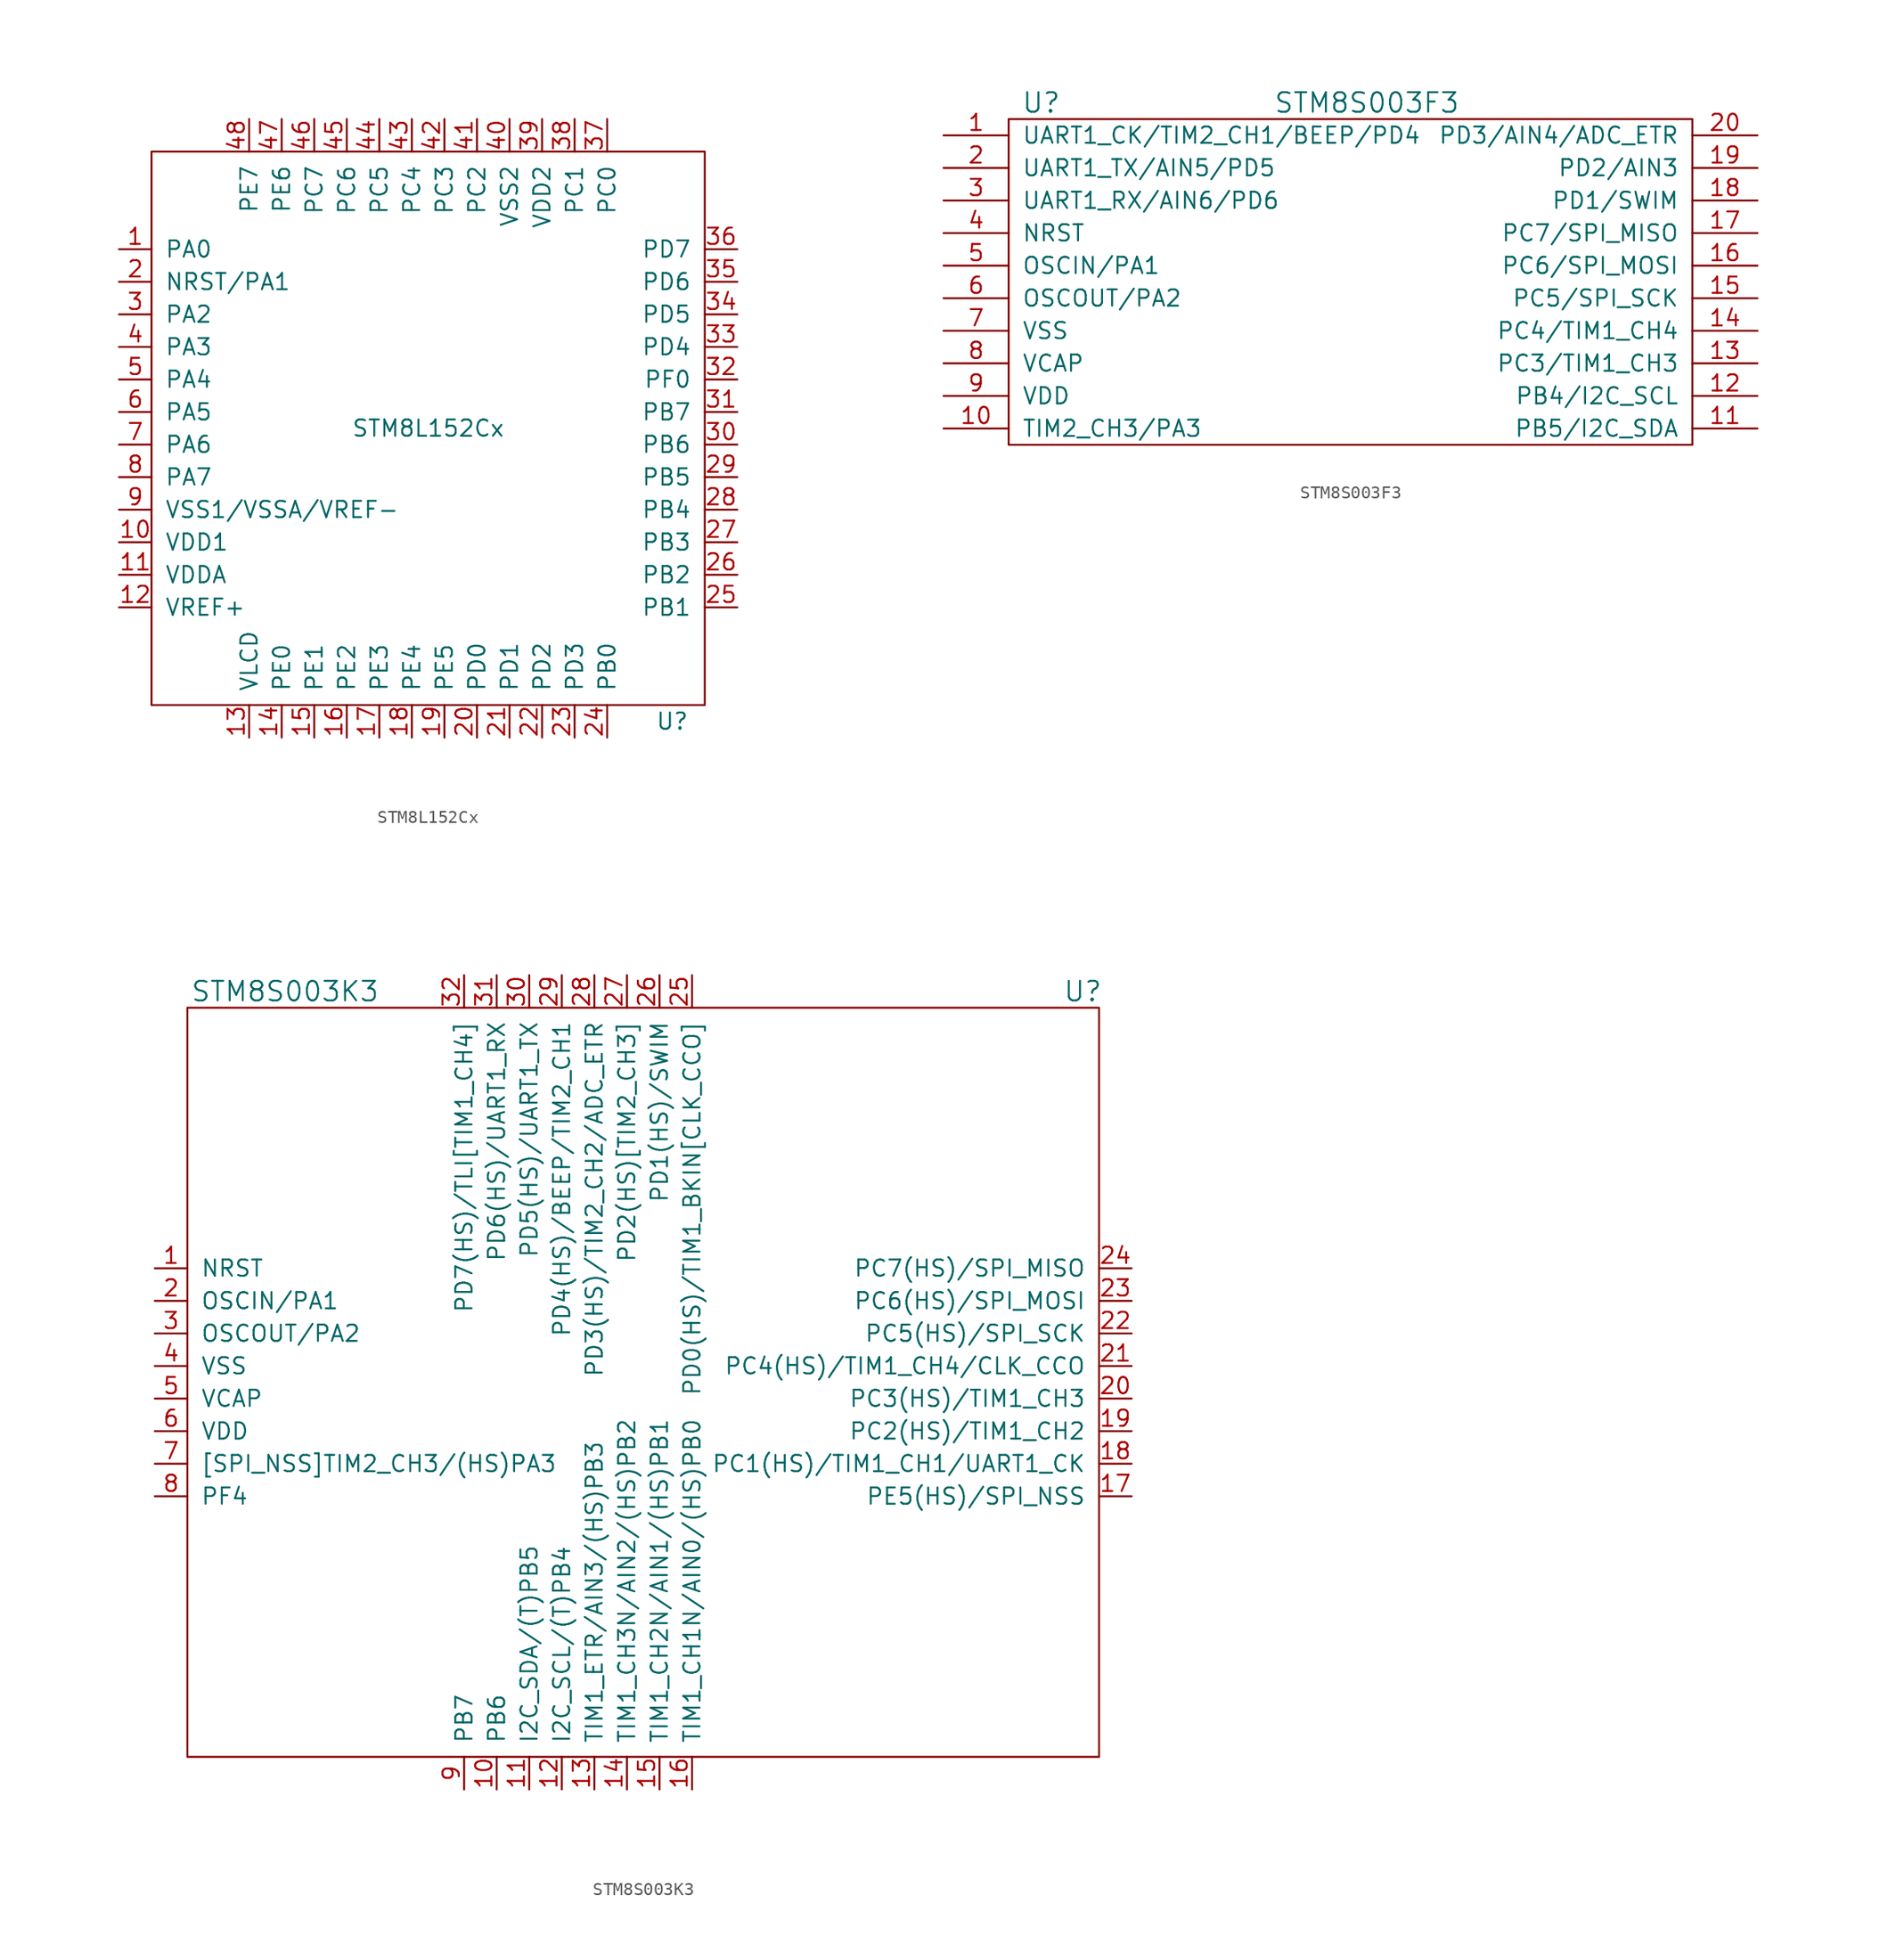
<source format=kicad_sym>
(kicad_symbol_lib
  (version 20220914)
  (generator kicad_symbol_editor)
  (symbol "STM8L152Cx"
    (pin_names
      (offset 1.016))
    (property "Reference" "U"
      (at 40.64 -39.37 0)
      (effects (font (size 1.27 1.27))))
    (property "Value" "STM8L152Cx"
      (at 21.59 -16.51 0)
      (effects (font (size 1.27 1.27))))
    (symbol "STM8L152Cx_0_1"
      (rectangle (start 0 5.08) (end 43.18 -38.1) (stroke (width 0) (type default)) (fill (type none))))
    (symbol "STM8L152Cx_1_1"
      (pin bidirectional line (at -2.54 -2.54 0) (length 2.54) (name "PA0" (effects (font (size 1.27 1.27)))) (number "1" (effects (font (size 1.27 1.27)))))
      (pin bidirectional line (at -2.54 -25.4 0) (length 2.54) (name "VDD1" (effects (font (size 1.27 1.27)))) (number "10" (effects (font (size 1.27 1.27)))))
      (pin bidirectional line (at -2.54 -27.94 0) (length 2.54) (name "VDDA" (effects (font (size 1.27 1.27)))) (number "11" (effects (font (size 1.27 1.27)))))
      (pin bidirectional line (at -2.54 -30.48 0) (length 2.54) (name "VREF+" (effects (font (size 1.27 1.27)))) (number "12" (effects (font (size 1.27 1.27)))))
      (pin bidirectional line (at 7.62 -40.64 90) (length 2.54) (name "VLCD" (effects (font (size 1.27 1.27)))) (number "13" (effects (font (size 1.27 1.27)))))
      (pin bidirectional line (at 10.16 -40.64 90) (length 2.54) (name "PE0" (effects (font (size 1.27 1.27)))) (number "14" (effects (font (size 1.27 1.27)))))
      (pin bidirectional line (at 12.7 -40.64 90) (length 2.54) (name "PE1" (effects (font (size 1.27 1.27)))) (number "15" (effects (font (size 1.27 1.27)))))
      (pin bidirectional line (at 15.24 -40.64 90) (length 2.54) (name "PE2" (effects (font (size 1.27 1.27)))) (number "16" (effects (font (size 1.27 1.27)))))
      (pin bidirectional line (at 17.78 -40.64 90) (length 2.54) (name "PE3" (effects (font (size 1.27 1.27)))) (number "17" (effects (font (size 1.27 1.27)))))
      (pin bidirectional line (at 20.32 -40.64 90) (length 2.54) (name "PE4" (effects (font (size 1.27 1.27)))) (number "18" (effects (font (size 1.27 1.27)))))
      (pin bidirectional line (at 22.86 -40.64 90) (length 2.54) (name "PE5" (effects (font (size 1.27 1.27)))) (number "19" (effects (font (size 1.27 1.27)))))
      (pin bidirectional line (at -2.54 -5.08 0) (length 2.54) (name "NRST/PA1" (effects (font (size 1.27 1.27)))) (number "2" (effects (font (size 1.27 1.27)))))
      (pin bidirectional line (at 25.4 -40.64 90) (length 2.54) (name "PD0" (effects (font (size 1.27 1.27)))) (number "20" (effects (font (size 1.27 1.27)))))
      (pin bidirectional line (at 27.94 -40.64 90) (length 2.54) (name "PD1" (effects (font (size 1.27 1.27)))) (number "21" (effects (font (size 1.27 1.27)))))
      (pin bidirectional line (at 30.48 -40.64 90) (length 2.54) (name "PD2" (effects (font (size 1.27 1.27)))) (number "22" (effects (font (size 1.27 1.27)))))
      (pin bidirectional line (at 33.02 -40.64 90) (length 2.54) (name "PD3" (effects (font (size 1.27 1.27)))) (number "23" (effects (font (size 1.27 1.27)))))
      (pin bidirectional line (at 35.56 -40.64 90) (length 2.54) (name "PB0" (effects (font (size 1.27 1.27)))) (number "24" (effects (font (size 1.27 1.27)))))
      (pin bidirectional line (at 45.72 -30.48 180) (length 2.54) (name "PB1" (effects (font (size 1.27 1.27)))) (number "25" (effects (font (size 1.27 1.27)))))
      (pin bidirectional line (at 45.72 -27.94 180) (length 2.54) (name "PB2" (effects (font (size 1.27 1.27)))) (number "26" (effects (font (size 1.27 1.27)))))
      (pin bidirectional line (at 45.72 -25.4 180) (length 2.54) (name "PB3" (effects (font (size 1.27 1.27)))) (number "27" (effects (font (size 1.27 1.27)))))
      (pin bidirectional line (at 45.72 -22.86 180) (length 2.54) (name "PB4" (effects (font (size 1.27 1.27)))) (number "28" (effects (font (size 1.27 1.27)))))
      (pin bidirectional line (at 45.72 -20.32 180) (length 2.54) (name "PB5" (effects (font (size 1.27 1.27)))) (number "29" (effects (font (size 1.27 1.27)))))
      (pin bidirectional line (at -2.54 -7.62 0) (length 2.54) (name "PA2" (effects (font (size 1.27 1.27)))) (number "3" (effects (font (size 1.27 1.27)))))
      (pin bidirectional line (at 45.72 -17.78 180) (length 2.54) (name "PB6" (effects (font (size 1.27 1.27)))) (number "30" (effects (font (size 1.27 1.27)))))
      (pin bidirectional line (at 45.72 -15.24 180) (length 2.54) (name "PB7" (effects (font (size 1.27 1.27)))) (number "31" (effects (font (size 1.27 1.27)))))
      (pin bidirectional line (at 45.72 -12.7 180) (length 2.54) (name "PF0" (effects (font (size 1.27 1.27)))) (number "32" (effects (font (size 1.27 1.27)))))
      (pin bidirectional line (at 45.72 -10.16 180) (length 2.54) (name "PD4" (effects (font (size 1.27 1.27)))) (number "33" (effects (font (size 1.27 1.27)))))
      (pin bidirectional line (at 45.72 -7.62 180) (length 2.54) (name "PD5" (effects (font (size 1.27 1.27)))) (number "34" (effects (font (size 1.27 1.27)))))
      (pin bidirectional line (at 45.72 -5.08 180) (length 2.54) (name "PD6" (effects (font (size 1.27 1.27)))) (number "35" (effects (font (size 1.27 1.27)))))
      (pin bidirectional line (at 45.72 -2.54 180) (length 2.54) (name "PD7" (effects (font (size 1.27 1.27)))) (number "36" (effects (font (size 1.27 1.27)))))
      (pin bidirectional line (at 35.56 7.62 270) (length 2.54) (name "PC0" (effects (font (size 1.27 1.27)))) (number "37" (effects (font (size 1.27 1.27)))))
      (pin bidirectional line (at 33.02 7.62 270) (length 2.54) (name "PC1" (effects (font (size 1.27 1.27)))) (number "38" (effects (font (size 1.27 1.27)))))
      (pin bidirectional line (at 30.48 7.62 270) (length 2.54) (name "VDD2" (effects (font (size 1.27 1.27)))) (number "39" (effects (font (size 1.27 1.27)))))
      (pin bidirectional line (at -2.54 -10.16 0) (length 2.54) (name "PA3" (effects (font (size 1.27 1.27)))) (number "4" (effects (font (size 1.27 1.27)))))
      (pin bidirectional line (at 27.94 7.62 270) (length 2.54) (name "VSS2" (effects (font (size 1.27 1.27)))) (number "40" (effects (font (size 1.27 1.27)))))
      (pin bidirectional line (at 25.4 7.62 270) (length 2.54) (name "PC2" (effects (font (size 1.27 1.27)))) (number "41" (effects (font (size 1.27 1.27)))))
      (pin bidirectional line (at 22.86 7.62 270) (length 2.54) (name "PC3" (effects (font (size 1.27 1.27)))) (number "42" (effects (font (size 1.27 1.27)))))
      (pin bidirectional line (at 20.32 7.62 270) (length 2.54) (name "PC4" (effects (font (size 1.27 1.27)))) (number "43" (effects (font (size 1.27 1.27)))))
      (pin bidirectional line (at 17.78 7.62 270) (length 2.54) (name "PC5" (effects (font (size 1.27 1.27)))) (number "44" (effects (font (size 1.27 1.27)))))
      (pin bidirectional line (at 15.24 7.62 270) (length 2.54) (name "PC6" (effects (font (size 1.27 1.27)))) (number "45" (effects (font (size 1.27 1.27)))))
      (pin bidirectional line (at 12.7 7.62 270) (length 2.54) (name "PC7" (effects (font (size 1.27 1.27)))) (number "46" (effects (font (size 1.27 1.27)))))
      (pin bidirectional line (at 10.16 7.62 270) (length 2.54) (name "PE6" (effects (font (size 1.27 1.27)))) (number "47" (effects (font (size 1.27 1.27)))))
      (pin bidirectional line (at 7.62 7.62 270) (length 2.54) (name "PE7" (effects (font (size 1.27 1.27)))) (number "48" (effects (font (size 1.27 1.27)))))
      (pin bidirectional line (at -2.54 -12.7 0) (length 2.54) (name "PA4" (effects (font (size 1.27 1.27)))) (number "5" (effects (font (size 1.27 1.27)))))
      (pin bidirectional line (at -2.54 -15.24 0) (length 2.54) (name "PA5" (effects (font (size 1.27 1.27)))) (number "6" (effects (font (size 1.27 1.27)))))
      (pin bidirectional line (at -2.54 -17.78 0) (length 2.54) (name "PA6" (effects (font (size 1.27 1.27)))) (number "7" (effects (font (size 1.27 1.27)))))
      (pin bidirectional line (at -2.54 -20.32 0) (length 2.54) (name "PA7" (effects (font (size 1.27 1.27)))) (number "8" (effects (font (size 1.27 1.27)))))
      (pin bidirectional line (at -2.54 -22.86 0) (length 2.54) (name "VSS1/VSSA/VREF-" (effects (font (size 1.27 1.27)))) (number "9" (effects (font (size 1.27 1.27)))))))
  (symbol "STM8S003F3"
    (pin_names
      (offset 1.016))
    (property "Reference" "U"
      (at -24.13 13.97 0)
      (effects (font (size 1.524 1.524))))
    (property "Value" "STM8S003F3"
      (at 1.27 13.97 0)
      (effects (font (size 1.524 1.524))))
    (symbol "STM8S003F3_0_1"
      (rectangle (start -26.67 12.7) (end 26.67 -12.7) (stroke (width 0) (type default)) (fill (type none))))
    (symbol "STM8S003F3_1_1"
      (pin input line (at -31.75 11.43 0) (length 5.08) (name "UART1_CK/TIM2_CH1/BEEP/PD4" (effects (font (size 1.27 1.27)))) (number "1" (effects (font (size 1.27 1.27)))))
      (pin input line (at -31.75 -11.43 0) (length 5.08) (name "TIM2_CH3/PA3" (effects (font (size 1.27 1.27)))) (number "10" (effects (font (size 1.27 1.27)))))
      (pin input line (at 31.75 -11.43 180) (length 5.08) (name "PB5/I2C_SDA" (effects (font (size 1.27 1.27)))) (number "11" (effects (font (size 1.27 1.27)))))
      (pin input line (at 31.75 -8.89 180) (length 5.08) (name "PB4/I2C_SCL" (effects (font (size 1.27 1.27)))) (number "12" (effects (font (size 1.27 1.27)))))
      (pin input line (at 31.75 -6.35 180) (length 5.08) (name "PC3/TIM1_CH3" (effects (font (size 1.27 1.27)))) (number "13" (effects (font (size 1.27 1.27)))))
      (pin input line (at 31.75 -3.81 180) (length 5.08) (name "PC4/TIM1_CH4" (effects (font (size 1.27 1.27)))) (number "14" (effects (font (size 1.27 1.27)))))
      (pin input line (at 31.75 -1.27 180) (length 5.08) (name "PC5/SPI_SCK" (effects (font (size 1.27 1.27)))) (number "15" (effects (font (size 1.27 1.27)))))
      (pin input line (at 31.75 1.27 180) (length 5.08) (name "PC6/SPI_MOSI" (effects (font (size 1.27 1.27)))) (number "16" (effects (font (size 1.27 1.27)))))
      (pin input line (at 31.75 3.81 180) (length 5.08) (name "PC7/SPI_MISO" (effects (font (size 1.27 1.27)))) (number "17" (effects (font (size 1.27 1.27)))))
      (pin input line (at 31.75 6.35 180) (length 5.08) (name "PD1/SWIM" (effects (font (size 1.27 1.27)))) (number "18" (effects (font (size 1.27 1.27)))))
      (pin input line (at 31.75 8.89 180) (length 5.08) (name "PD2/AIN3" (effects (font (size 1.27 1.27)))) (number "19" (effects (font (size 1.27 1.27)))))
      (pin input line (at -31.75 8.89 0) (length 5.08) (name "UART1_TX/AIN5/PD5" (effects (font (size 1.27 1.27)))) (number "2" (effects (font (size 1.27 1.27)))))
      (pin input line (at 31.75 11.43 180) (length 5.08) (name "PD3/AIN4/ADC_ETR" (effects (font (size 1.27 1.27)))) (number "20" (effects (font (size 1.27 1.27)))))
      (pin input line (at -31.75 6.35 0) (length 5.08) (name "UART1_RX/AIN6/PD6" (effects (font (size 1.27 1.27)))) (number "3" (effects (font (size 1.27 1.27)))))
      (pin input line (at -31.75 3.81 0) (length 5.08) (name "NRST" (effects (font (size 1.27 1.27)))) (number "4" (effects (font (size 1.27 1.27)))))
      (pin input line (at -31.75 1.27 0) (length 5.08) (name "OSCIN/PA1" (effects (font (size 1.27 1.27)))) (number "5" (effects (font (size 1.27 1.27)))))
      (pin input line (at -31.75 -1.27 0) (length 5.08) (name "OSCOUT/PA2" (effects (font (size 1.27 1.27)))) (number "6" (effects (font (size 1.27 1.27)))))
      (pin input line (at -31.75 -3.81 0) (length 5.08) (name "VSS" (effects (font (size 1.27 1.27)))) (number "7" (effects (font (size 1.27 1.27)))))
      (pin input line (at -31.75 -6.35 0) (length 5.08) (name "VCAP" (effects (font (size 1.27 1.27)))) (number "8" (effects (font (size 1.27 1.27)))))
      (pin input line (at -31.75 -8.89 0) (length 5.08) (name "VDD" (effects (font (size 1.27 1.27)))) (number "9" (effects (font (size 1.27 1.27)))))))
  (symbol "STM8S003K3"
    (pin_names
      (offset 1.016))
    (property "Reference" "U"
      (at 69.85 1.27 0)
      (effects (font (size 1.524 1.524))))
    (property "Value" "STM8S003K3"
      (at 7.62 1.27 0)
      (effects (font (size 1.524 1.524))))
    (symbol "STM8S003K3_0_1"
      (rectangle (start 0 0) (end 71.12 -58.42) (stroke (width 0) (type default)) (fill (type none))))
    (symbol "STM8S003K3_1_1"
      (pin bidirectional line (at -2.54 -20.32 0) (length 2.54) (name "NRST" (effects (font (size 1.27 1.27)))) (number "1" (effects (font (size 1.27 1.27)))))
      (pin bidirectional line (at 24.13 -60.96 90) (length 2.54) (name "PB6" (effects (font (size 1.27 1.27)))) (number "10" (effects (font (size 1.27 1.27)))))
      (pin bidirectional line (at 26.67 -60.96 90) (length 2.54) (name "I2C_SDA/(T)PB5" (effects (font (size 1.27 1.27)))) (number "11" (effects (font (size 1.27 1.27)))))
      (pin bidirectional line (at 29.21 -60.96 90) (length 2.54) (name "I2C_SCL/(T)PB4" (effects (font (size 1.27 1.27)))) (number "12" (effects (font (size 1.27 1.27)))))
      (pin bidirectional line (at 31.75 -60.96 90) (length 2.54) (name "TIM1_ETR/AIN3/(HS)PB3" (effects (font (size 1.27 1.27)))) (number "13" (effects (font (size 1.27 1.27)))))
      (pin bidirectional line (at 34.29 -60.96 90) (length 2.54) (name "TIM1_CH3N/AIN2/(HS)PB2" (effects (font (size 1.27 1.27)))) (number "14" (effects (font (size 1.27 1.27)))))
      (pin bidirectional line (at 36.83 -60.96 90) (length 2.54) (name "TIM1_CH2N/AIN1/(HS)PB1" (effects (font (size 1.27 1.27)))) (number "15" (effects (font (size 1.27 1.27)))))
      (pin bidirectional line (at 39.37 -60.96 90) (length 2.54) (name "TIM1_CH1N/AIN0/(HS)PB0" (effects (font (size 1.27 1.27)))) (number "16" (effects (font (size 1.27 1.27)))))
      (pin bidirectional line (at 73.66 -38.1 180) (length 2.54) (name "PE5(HS)/SPI_NSS" (effects (font (size 1.27 1.27)))) (number "17" (effects (font (size 1.27 1.27)))))
      (pin bidirectional line (at 73.66 -35.56 180) (length 2.54) (name "PC1(HS)/TIM1_CH1/UART1_CK" (effects (font (size 1.27 1.27)))) (number "18" (effects (font (size 1.27 1.27)))))
      (pin bidirectional line (at 73.66 -33.02 180) (length 2.54) (name "PC2(HS)/TIM1_CH2" (effects (font (size 1.27 1.27)))) (number "19" (effects (font (size 1.27 1.27)))))
      (pin bidirectional line (at -2.54 -22.86 0) (length 2.54) (name "OSCIN/PA1" (effects (font (size 1.27 1.27)))) (number "2" (effects (font (size 1.27 1.27)))))
      (pin bidirectional line (at 73.66 -30.48 180) (length 2.54) (name "PC3(HS)/TIM1_CH3" (effects (font (size 1.27 1.27)))) (number "20" (effects (font (size 1.27 1.27)))))
      (pin bidirectional line (at 73.66 -27.94 180) (length 2.54) (name "PC4(HS)/TIM1_CH4/CLK_CCO" (effects (font (size 1.27 1.27)))) (number "21" (effects (font (size 1.27 1.27)))))
      (pin bidirectional line (at 73.66 -25.4 180) (length 2.54) (name "PC5(HS)/SPI_SCK" (effects (font (size 1.27 1.27)))) (number "22" (effects (font (size 1.27 1.27)))))
      (pin bidirectional line (at 73.66 -22.86 180) (length 2.54) (name "PC6(HS)/SPI_MOSI" (effects (font (size 1.27 1.27)))) (number "23" (effects (font (size 1.27 1.27)))))
      (pin bidirectional line (at 73.66 -20.32 180) (length 2.54) (name "PC7(HS)/SPI_MISO" (effects (font (size 1.27 1.27)))) (number "24" (effects (font (size 1.27 1.27)))))
      (pin bidirectional line (at 39.37 2.54 270) (length 2.54) (name "PD0(HS)/TIM1_BKIN[CLK_CCO]" (effects (font (size 1.27 1.27)))) (number "25" (effects (font (size 1.27 1.27)))))
      (pin bidirectional line (at 36.83 2.54 270) (length 2.54) (name "PD1(HS)/SWIM" (effects (font (size 1.27 1.27)))) (number "26" (effects (font (size 1.27 1.27)))))
      (pin bidirectional line (at 34.29 2.54 270) (length 2.54) (name "PD2(HS)[TIM2_CH3]" (effects (font (size 1.27 1.27)))) (number "27" (effects (font (size 1.27 1.27)))))
      (pin bidirectional line (at 31.75 2.54 270) (length 2.54) (name "PD3(HS)/TIM2_CH2/ADC_ETR" (effects (font (size 1.27 1.27)))) (number "28" (effects (font (size 1.27 1.27)))))
      (pin bidirectional line (at 29.21 2.54 270) (length 2.54) (name "PD4(HS)/BEEP/TIM2_CH1" (effects (font (size 1.27 1.27)))) (number "29" (effects (font (size 1.27 1.27)))))
      (pin bidirectional line (at -2.54 -25.4 0) (length 2.54) (name "OSCOUT/PA2" (effects (font (size 1.27 1.27)))) (number "3" (effects (font (size 1.27 1.27)))))
      (pin bidirectional line (at 26.67 2.54 270) (length 2.54) (name "PD5(HS)/UART1_TX" (effects (font (size 1.27 1.27)))) (number "30" (effects (font (size 1.27 1.27)))))
      (pin bidirectional line (at 24.13 2.54 270) (length 2.54) (name "PD6(HS)/UART1_RX" (effects (font (size 1.27 1.27)))) (number "31" (effects (font (size 1.27 1.27)))))
      (pin bidirectional line (at 21.59 2.54 270) (length 2.54) (name "PD7(HS)/TLI[TIM1_CH4]" (effects (font (size 1.27 1.27)))) (number "32" (effects (font (size 1.27 1.27)))))
      (pin bidirectional line (at -2.54 -27.94 0) (length 2.54) (name "VSS" (effects (font (size 1.27 1.27)))) (number "4" (effects (font (size 1.27 1.27)))))
      (pin bidirectional line (at -2.54 -30.48 0) (length 2.54) (name "VCAP" (effects (font (size 1.27 1.27)))) (number "5" (effects (font (size 1.27 1.27)))))
      (pin bidirectional line (at -2.54 -33.02 0) (length 2.54) (name "VDD" (effects (font (size 1.27 1.27)))) (number "6" (effects (font (size 1.27 1.27)))))
      (pin bidirectional line (at -2.54 -35.56 0) (length 2.54) (name "[SPI_NSS]TIM2_CH3/(HS)PA3" (effects (font (size 1.27 1.27)))) (number "7" (effects (font (size 1.27 1.27)))))
      (pin bidirectional line (at -2.54 -38.1 0) (length 2.54) (name "PF4" (effects (font (size 1.27 1.27)))) (number "8" (effects (font (size 1.27 1.27)))))
      (pin bidirectional line (at 21.59 -60.96 90) (length 2.54) (name "PB7" (effects (font (size 1.27 1.27)))) (number "9" (effects (font (size 1.27 1.27))))))))
</source>
